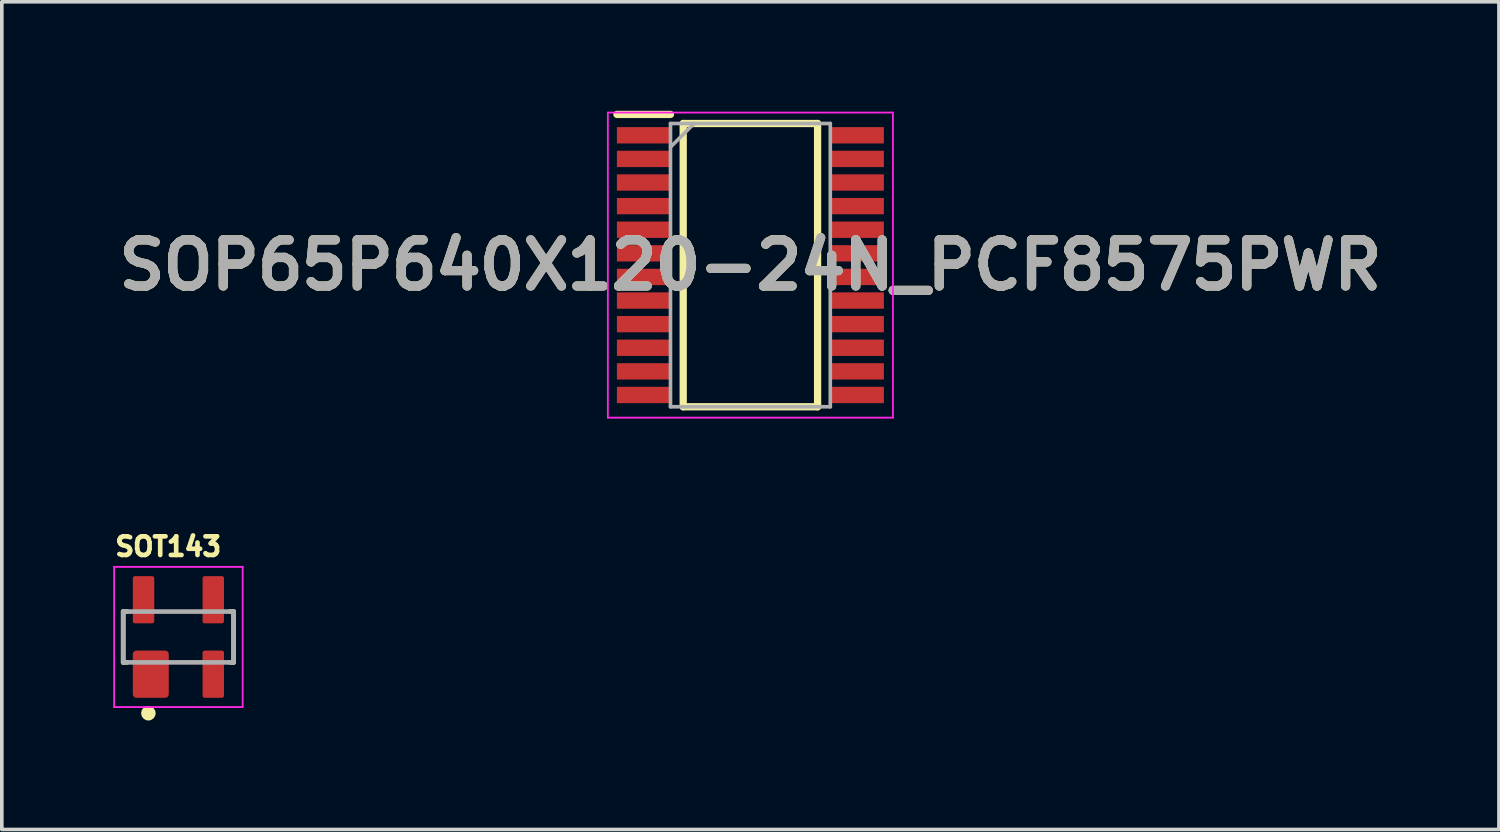
<source format=kicad_pcb>
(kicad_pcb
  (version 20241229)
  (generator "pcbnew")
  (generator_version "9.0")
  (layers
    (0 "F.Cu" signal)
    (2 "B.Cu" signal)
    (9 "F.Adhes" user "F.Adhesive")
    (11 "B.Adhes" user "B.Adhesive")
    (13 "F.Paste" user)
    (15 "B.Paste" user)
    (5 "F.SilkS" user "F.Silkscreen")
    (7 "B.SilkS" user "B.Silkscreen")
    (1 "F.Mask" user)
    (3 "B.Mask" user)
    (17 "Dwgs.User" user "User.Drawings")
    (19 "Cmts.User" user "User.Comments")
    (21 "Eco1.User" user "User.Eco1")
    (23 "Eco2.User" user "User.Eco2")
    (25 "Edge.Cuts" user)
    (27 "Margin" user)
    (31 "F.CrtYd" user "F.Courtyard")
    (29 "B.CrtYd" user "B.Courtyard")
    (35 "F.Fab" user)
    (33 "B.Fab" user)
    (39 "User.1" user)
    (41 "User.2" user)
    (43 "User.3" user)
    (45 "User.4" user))
  (footprint "SOT143"
    (layer "F.Cu")
    (at 1.862 14.488)
    (property "Reference" "SOT143" (at -0.281 -2.489 0) (layer "F.SilkS") (effects (font (size 0.513 0.513) (thickness 0.15))))
    (attr smd)
    (fp_line (start -1.52 -0.7) (end -1.52 0.7) (stroke (width 0.127) (type solid)) (layer "F.SilkS"))
    (fp_line (start -1.52 -0.7) (end -1.42 -0.7) (stroke (width 0.127) (type solid)) (layer "F.SilkS"))
    (fp_line (start -1.52 0.7) (end -1.42 0.7) (stroke (width 0.127) (type solid)) (layer "F.SilkS"))
    (fp_line (start 1.52 -0.7) (end 1.42 -0.7) (stroke (width 0.127) (type solid)) (layer "F.SilkS"))
    (fp_line (start 1.52 -0.7) (end 1.52 0.7) (stroke (width 0.127) (type solid)) (layer "F.SilkS"))
    (fp_line (start 1.52 0.7) (end 1.42 0.7) (stroke (width 0.127) (type solid)) (layer "F.SilkS"))
    (fp_circle (center -0.827 2.1) (end -0.727 2.1) (stroke (width 0.2) (type solid)) (fill no) (layer "F.SilkS"))
    (fp_line (start -1.77 -1.93) (end -1.77 1.93) (stroke (width 0.05) (type solid)) (layer "F.CrtYd"))
    (fp_line (start -1.77 1.93) (end 1.77 1.93) (stroke (width 0.05) (type solid)) (layer "F.CrtYd"))
    (fp_line (start 1.77 -1.93) (end -1.77 -1.93) (stroke (width 0.05) (type solid)) (layer "F.CrtYd"))
    (fp_line (start 1.77 1.93) (end 1.77 -1.93) (stroke (width 0.05) (type solid)) (layer "F.CrtYd"))
    (fp_line (start -1.52 -0.7) (end -1.52 0.7) (stroke (width 0.127) (type solid)) (layer "F.Fab"))
    (fp_line (start -1.52 0.7) (end 1.52 0.7) (stroke (width 0.127) (type solid)) (layer "F.Fab"))
    (fp_line (start 1.52 -0.7) (end -1.52 -0.7) (stroke (width 0.127) (type solid)) (layer "F.Fab"))
    (fp_line (start 1.52 0.7) (end 1.52 -0.7) (stroke (width 0.127) (type solid)) (layer "F.Fab"))
    (pad "1" smd roundrect (at -0.76 1.025) (size 0.99 1.3) (layers "F.Cu" "F.Mask" "F.Paste") (roundrect_rratio 0.1))
    (pad "2" smd roundrect (at 0.96 1.025) (size 0.59 1.3) (layers "F.Cu" "F.Mask" "F.Paste") (roundrect_rratio 0.1))
    (pad "3" smd roundrect (at 0.96 -1.025) (size 0.59 1.3) (layers "F.Cu" "F.Mask" "F.Paste") (roundrect_rratio 0.1))
    (pad "4" smd roundrect (at -0.96 -1.025) (size 0.59 1.3) (layers "F.Cu" "F.Mask" "F.Paste") (roundrect_rratio 0.1)))
  (footprint "SOP65P640X120-24N_PCF8575PWR"
    (layer "F.Cu")
    (at 17.611 4.25)
    (property "Reference" "SOP65P640X120-24N_PCF8575PWR" (at 0 0 0) (layer "F.SilkS") (effects (font (size 1.27 1.27) (thickness 0.254))))
    (attr smd)
    (fp_line (start -3.675 -4.15) (end -2.2 -4.15) (stroke (width 0.2) (type solid)) (layer "F.SilkS"))
    (fp_line (start -1.85 -3.9) (end 1.85 -3.9) (stroke (width 0.2) (type solid)) (layer "F.SilkS"))
    (fp_line (start -1.85 3.9) (end -1.85 -3.9) (stroke (width 0.2) (type solid)) (layer "F.SilkS"))
    (fp_line (start 1.85 -3.9) (end 1.85 3.9) (stroke (width 0.2) (type solid)) (layer "F.SilkS"))
    (fp_line (start 1.85 3.9) (end -1.85 3.9) (stroke (width 0.2) (type solid)) (layer "F.SilkS"))
    (fp_line (start -3.925 -4.2) (end 3.925 -4.2) (stroke (width 0.05) (type solid)) (layer "F.CrtYd"))
    (fp_line (start -3.925 4.2) (end -3.925 -4.2) (stroke (width 0.05) (type solid)) (layer "F.CrtYd"))
    (fp_line (start 3.925 -4.2) (end 3.925 4.2) (stroke (width 0.05) (type solid)) (layer "F.CrtYd"))
    (fp_line (start 3.925 4.2) (end -3.925 4.2) (stroke (width 0.05) (type solid)) (layer "F.CrtYd"))
    (fp_line (start -2.2 -3.9) (end 2.2 -3.9) (stroke (width 0.1) (type solid)) (layer "F.Fab"))
    (fp_line (start -2.2 -3.25) (end -1.55 -3.9) (stroke (width 0.1) (type solid)) (layer "F.Fab"))
    (fp_line (start -2.2 3.9) (end -2.2 -3.9) (stroke (width 0.1) (type solid)) (layer "F.Fab"))
    (fp_line (start 2.2 -3.9) (end 2.2 3.9) (stroke (width 0.1) (type solid)) (layer "F.Fab"))
    (fp_line (start 2.2 3.9) (end -2.2 3.9) (stroke (width 0.1) (type solid)) (layer "F.Fab"))
    (fp_text user "${REFERENCE}" (at 0 0 0) (layer "F.Fab") (effects (font (size 1.27 1.27) (thickness 0.254))))
    (pad "1" smd rect (at -2.938 -3.575 90) (size 0.45 1.475) (layers "F.Cu" "F.Mask" "F.Paste"))
    (pad "2" smd rect (at -2.938 -2.925 90) (size 0.45 1.475) (layers "F.Cu" "F.Mask" "F.Paste"))
    (pad "3" smd rect (at -2.938 -2.275 90) (size 0.45 1.475) (layers "F.Cu" "F.Mask" "F.Paste"))
    (pad "4" smd rect (at -2.938 -1.625 90) (size 0.45 1.475) (layers "F.Cu" "F.Mask" "F.Paste"))
    (pad "5" smd rect (at -2.938 -0.975 90) (size 0.45 1.475) (layers "F.Cu" "F.Mask" "F.Paste"))
    (pad "6" smd rect (at -2.938 -0.325 90) (size 0.45 1.475) (layers "F.Cu" "F.Mask" "F.Paste"))
    (pad "7" smd rect (at -2.938 0.325 90) (size 0.45 1.475) (layers "F.Cu" "F.Mask" "F.Paste"))
    (pad "8" smd rect (at -2.938 0.975 90) (size 0.45 1.475) (layers "F.Cu" "F.Mask" "F.Paste"))
    (pad "9" smd rect (at -2.938 1.625 90) (size 0.45 1.475) (layers "F.Cu" "F.Mask" "F.Paste"))
    (pad "10" smd rect (at -2.938 2.275 90) (size 0.45 1.475) (layers "F.Cu" "F.Mask" "F.Paste"))
    (pad "11" smd rect (at -2.938 2.925 90) (size 0.45 1.475) (layers "F.Cu" "F.Mask" "F.Paste"))
    (pad "12" smd rect (at -2.938 3.575 90) (size 0.45 1.475) (layers "F.Cu" "F.Mask" "F.Paste"))
    (pad "13" smd rect (at 2.938 3.575 90) (size 0.45 1.475) (layers "F.Cu" "F.Mask" "F.Paste"))
    (pad "14" smd rect (at 2.938 2.925 90) (size 0.45 1.475) (layers "F.Cu" "F.Mask" "F.Paste"))
    (pad "15" smd rect (at 2.938 2.275 90) (size 0.45 1.475) (layers "F.Cu" "F.Mask" "F.Paste"))
    (pad "16" smd rect (at 2.938 1.625 90) (size 0.45 1.475) (layers "F.Cu" "F.Mask" "F.Paste"))
    (pad "17" smd rect (at 2.938 0.975 90) (size 0.45 1.475) (layers "F.Cu" "F.Mask" "F.Paste"))
    (pad "18" smd rect (at 2.938 0.325 90) (size 0.45 1.475) (layers "F.Cu" "F.Mask" "F.Paste"))
    (pad "19" smd rect (at 2.938 -0.325 90) (size 0.45 1.475) (layers "F.Cu" "F.Mask" "F.Paste"))
    (pad "20" smd rect (at 2.938 -0.975 90) (size 0.45 1.475) (layers "F.Cu" "F.Mask" "F.Paste"))
    (pad "21" smd rect (at 2.938 -1.625 90) (size 0.45 1.475) (layers "F.Cu" "F.Mask" "F.Paste"))
    (pad "22" smd rect (at 2.938 -2.275 90) (size 0.45 1.475) (layers "F.Cu" "F.Mask" "F.Paste"))
    (pad "23" smd rect (at 2.938 -2.925 90) (size 0.45 1.475) (layers "F.Cu" "F.Mask" "F.Paste"))
    (pad "24" smd rect (at 2.938 -3.575 90) (size 0.45 1.475) (layers "F.Cu" "F.Mask" "F.Paste")))
  (gr_rect
    (start -3 -3)
    (end 38.221 19.788)
    (stroke (width 0.1) (type default))
    (fill no)
    (layer "Edge.Cuts")))
</source>
